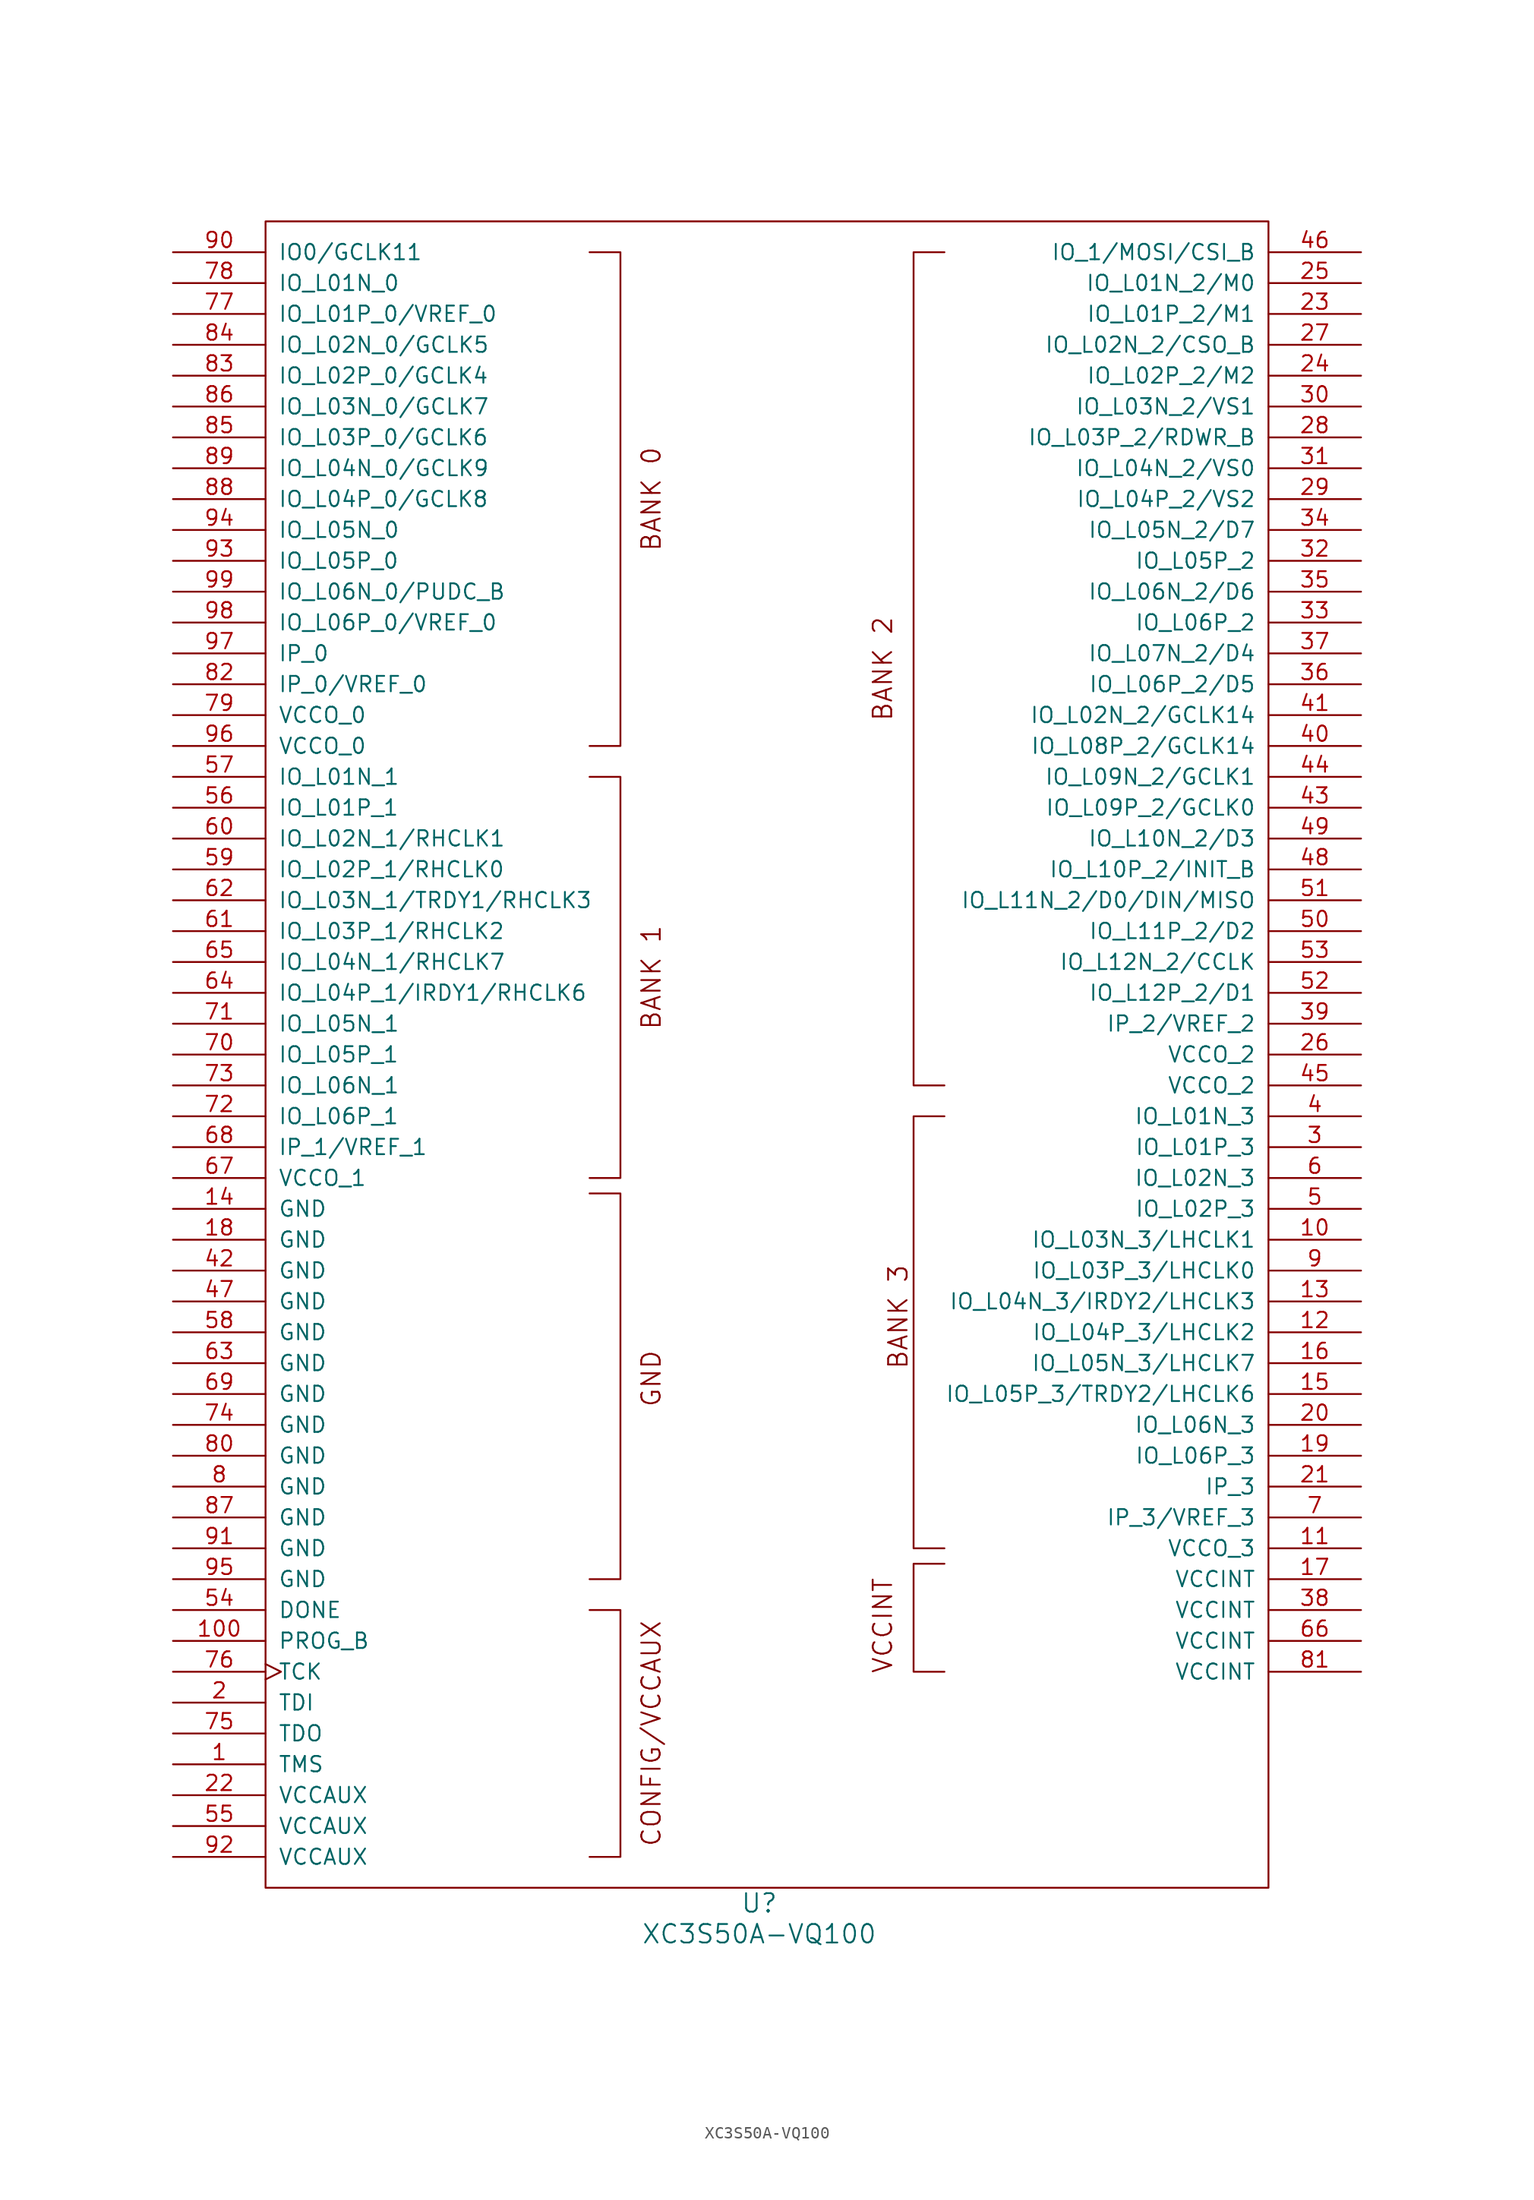
<source format=kicad_sym>
(kicad_symbol_lib
  (version 20211014)
  (generator kicad_symbol_editor)
  (symbol "XC3S50A-VQ100"
    (pin_names
      (offset 1.016))
    (property "Reference" "U"
      (at 0 -71.12 0)
      (effects (font (size 1.524 1.524))))
    (property "Value" "XC3S50A-VQ100"
      (at 0 -73.66 0)
      (effects (font (size 1.524 1.524))))
    (property "Footprint" ""
      (at 0 0 0)
      (effects (font (size 1.524 1.524))))
    (property "Datasheet" ""
      (at 0 0 0)
      (effects (font (size 1.524 1.524))))
    (symbol "XC3S50A-VQ100_0_0"
      (rectangle (start -40.64 67.31) (end 41.91 -69.85) (stroke (width 0) (type default) (color 0 0 0 0)) (fill (type none)))
      (polyline (pts (xy -13.97 -46.99) (xy -11.43 -46.99) (xy -11.43 -67.31) (xy -13.97 -67.31)) (stroke (width 0) (type default) (color 0 0 0 0)) (fill (type none)))
      (polyline (pts (xy -13.97 -12.7) (xy -11.43 -12.7) (xy -11.43 -44.45) (xy -13.97 -44.45)) (stroke (width 0) (type default) (color 0 0 0 0)) (fill (type none)))
      (polyline (pts (xy -13.97 21.59) (xy -11.43 21.59) (xy -11.43 -11.43) (xy -13.97 -11.43)) (stroke (width 0) (type default) (color 0 0 0 0)) (fill (type none)))
      (polyline (pts (xy 15.24 -43.18) (xy 12.7 -43.18) (xy 12.7 -52.07) (xy 15.24 -52.07)) (stroke (width 0) (type default) (color 0 0 0 0)) (fill (type none)))
      (polyline (pts (xy 15.24 -41.91) (xy 12.7 -41.91) (xy 12.7 -6.35) (xy 15.24 -6.35)) (stroke (width 0) (type default) (color 0 0 0 0)) (fill (type none)))
      (polyline (pts (xy 15.24 -3.81) (xy 12.7 -3.81) (xy 12.7 64.77) (xy 15.24 64.77)) (stroke (width 0) (type default) (color 0 0 0 0)) (fill (type none)))
      (text "BANK 0" (at -8.89 44.45 900) (effects (font (size 1.524 1.524))))
      (text "BANK 1" (at -8.89 5.08 900) (effects (font (size 1.524 1.524))))
      (text "BANK 2" (at 10.16 30.48 900) (effects (font (size 1.524 1.524))))
      (text "BANK 3" (at 11.43 -22.86 900) (effects (font (size 1.524 1.524))))
      (text "CONFIG/VCCAUX" (at -8.89 -57.15 900) (effects (font (size 1.524 1.524))))
      (text "GND" (at -8.89 -27.94 900) (effects (font (size 1.524 1.524))))
      (text "VCCINT" (at 10.16 -48.26 900) (effects (font (size 1.524 1.524)))))
    (symbol "XC3S50A-VQ100_0_1"
      (polyline (pts (xy -13.97 64.77) (xy -11.43 64.77) (xy -11.43 24.13) (xy -13.97 24.13)) (stroke (width 0) (type default) (color 0 0 0 0)) (fill (type none))))
    (symbol "XC3S50A-VQ100_1_1"
      (pin input line (at -48.26 -59.69 0) (length 7.62) (name "TMS" (effects (font (size 1.27 1.27)))) (number "1" (effects (font (size 1.27 1.27)))))
      (pin bidirectional line (at 49.53 -16.51 180) (length 7.62) (name "IO_L03N_3/LHCLK1" (effects (font (size 1.27 1.27)))) (number "10" (effects (font (size 1.27 1.27)))))
      (pin output line (at -48.26 -49.53 0) (length 7.62) (name "PROG_B" (effects (font (size 1.27 1.27)))) (number "100" (effects (font (size 1.27 1.27)))))
      (pin power_in line (at 49.53 -41.91 180) (length 7.62) (name "VCCO_3" (effects (font (size 1.27 1.27)))) (number "11" (effects (font (size 1.27 1.27)))))
      (pin bidirectional line (at 49.53 -24.13 180) (length 7.62) (name "IO_L04P_3/LHCLK2" (effects (font (size 1.27 1.27)))) (number "12" (effects (font (size 1.27 1.27)))))
      (pin bidirectional line (at 49.53 -21.59 180) (length 7.62) (name "IO_L04N_3/IRDY2/LHCLK3" (effects (font (size 1.27 1.27)))) (number "13" (effects (font (size 1.27 1.27)))))
      (pin power_in line (at -48.26 -13.97 0) (length 7.62) (name "GND" (effects (font (size 1.27 1.27)))) (number "14" (effects (font (size 1.27 1.27)))))
      (pin bidirectional line (at 49.53 -29.21 180) (length 7.62) (name "IO_L05P_3/TRDY2/LHCLK6" (effects (font (size 1.27 1.27)))) (number "15" (effects (font (size 1.27 1.27)))))
      (pin bidirectional line (at 49.53 -26.67 180) (length 7.62) (name "IO_L05N_3/LHCLK7" (effects (font (size 1.27 1.27)))) (number "16" (effects (font (size 1.27 1.27)))))
      (pin power_in line (at 49.53 -44.45 180) (length 7.62) (name "VCCINT" (effects (font (size 1.27 1.27)))) (number "17" (effects (font (size 1.27 1.27)))))
      (pin power_in line (at -48.26 -16.51 0) (length 7.62) (name "GND" (effects (font (size 1.27 1.27)))) (number "18" (effects (font (size 1.27 1.27)))))
      (pin bidirectional line (at 49.53 -34.29 180) (length 7.62) (name "IO_L06P_3" (effects (font (size 1.27 1.27)))) (number "19" (effects (font (size 1.27 1.27)))))
      (pin input line (at -48.26 -54.61 0) (length 7.62) (name "TDI" (effects (font (size 1.27 1.27)))) (number "2" (effects (font (size 1.27 1.27)))))
      (pin bidirectional line (at 49.53 -31.75 180) (length 7.62) (name "IO_L06N_3" (effects (font (size 1.27 1.27)))) (number "20" (effects (font (size 1.27 1.27)))))
      (pin input line (at 49.53 -36.83 180) (length 7.62) (name "IP_3" (effects (font (size 1.27 1.27)))) (number "21" (effects (font (size 1.27 1.27)))))
      (pin power_in line (at -48.26 -62.23 0) (length 7.62) (name "VCCAUX" (effects (font (size 1.27 1.27)))) (number "22" (effects (font (size 1.27 1.27)))))
      (pin bidirectional line (at 49.53 59.69 180) (length 7.62) (name "IO_L01P_2/M1" (effects (font (size 1.27 1.27)))) (number "23" (effects (font (size 1.27 1.27)))))
      (pin bidirectional line (at 49.53 54.61 180) (length 7.62) (name "IO_L02P_2/M2" (effects (font (size 1.27 1.27)))) (number "24" (effects (font (size 1.27 1.27)))))
      (pin bidirectional line (at 49.53 62.23 180) (length 7.62) (name "IO_L01N_2/M0" (effects (font (size 1.27 1.27)))) (number "25" (effects (font (size 1.27 1.27)))))
      (pin power_in line (at 49.53 -1.27 180) (length 7.62) (name "VCCO_2" (effects (font (size 1.27 1.27)))) (number "26" (effects (font (size 1.27 1.27)))))
      (pin bidirectional line (at 49.53 57.15 180) (length 7.62) (name "IO_L02N_2/CSO_B" (effects (font (size 1.27 1.27)))) (number "27" (effects (font (size 1.27 1.27)))))
      (pin bidirectional line (at 49.53 49.53 180) (length 7.62) (name "IO_L03P_2/RDWR_B" (effects (font (size 1.27 1.27)))) (number "28" (effects (font (size 1.27 1.27)))))
      (pin bidirectional line (at 49.53 44.45 180) (length 7.62) (name "IO_L04P_2/VS2" (effects (font (size 1.27 1.27)))) (number "29" (effects (font (size 1.27 1.27)))))
      (pin bidirectional line (at 49.53 -8.89 180) (length 7.62) (name "IO_L01P_3" (effects (font (size 1.27 1.27)))) (number "3" (effects (font (size 1.27 1.27)))))
      (pin bidirectional line (at 49.53 52.07 180) (length 7.62) (name "IO_L03N_2/VS1" (effects (font (size 1.27 1.27)))) (number "30" (effects (font (size 1.27 1.27)))))
      (pin bidirectional line (at 49.53 46.99 180) (length 7.62) (name "IO_L04N_2/VS0" (effects (font (size 1.27 1.27)))) (number "31" (effects (font (size 1.27 1.27)))))
      (pin bidirectional line (at 49.53 39.37 180) (length 7.62) (name "IO_L05P_2" (effects (font (size 1.27 1.27)))) (number "32" (effects (font (size 1.27 1.27)))))
      (pin bidirectional line (at 49.53 34.29 180) (length 7.62) (name "IO_L06P_2" (effects (font (size 1.27 1.27)))) (number "33" (effects (font (size 1.27 1.27)))))
      (pin bidirectional line (at 49.53 41.91 180) (length 7.62) (name "IO_L05N_2/D7" (effects (font (size 1.27 1.27)))) (number "34" (effects (font (size 1.27 1.27)))))
      (pin bidirectional line (at 49.53 36.83 180) (length 7.62) (name "IO_L06N_2/D6" (effects (font (size 1.27 1.27)))) (number "35" (effects (font (size 1.27 1.27)))))
      (pin bidirectional line (at 49.53 29.21 180) (length 7.62) (name "IO_L06P_2/D5" (effects (font (size 1.27 1.27)))) (number "36" (effects (font (size 1.27 1.27)))))
      (pin bidirectional line (at 49.53 31.75 180) (length 7.62) (name "IO_L07N_2/D4" (effects (font (size 1.27 1.27)))) (number "37" (effects (font (size 1.27 1.27)))))
      (pin power_in line (at 49.53 -46.99 180) (length 7.62) (name "VCCINT" (effects (font (size 1.27 1.27)))) (number "38" (effects (font (size 1.27 1.27)))))
      (pin input line (at 49.53 1.27 180) (length 7.62) (name "IP_2/VREF_2" (effects (font (size 1.27 1.27)))) (number "39" (effects (font (size 1.27 1.27)))))
      (pin bidirectional line (at 49.53 -6.35 180) (length 7.62) (name "IO_L01N_3" (effects (font (size 1.27 1.27)))) (number "4" (effects (font (size 1.27 1.27)))))
      (pin bidirectional line (at 49.53 24.13 180) (length 7.62) (name "IO_L08P_2/GCLK14" (effects (font (size 1.27 1.27)))) (number "40" (effects (font (size 1.27 1.27)))))
      (pin bidirectional line (at 49.53 26.67 180) (length 7.62) (name "IO_L02N_2/GCLK14" (effects (font (size 1.27 1.27)))) (number "41" (effects (font (size 1.27 1.27)))))
      (pin power_in line (at -48.26 -19.05 0) (length 7.62) (name "GND" (effects (font (size 1.27 1.27)))) (number "42" (effects (font (size 1.27 1.27)))))
      (pin bidirectional line (at 49.53 19.05 180) (length 7.62) (name "IO_L09P_2/GCLK0" (effects (font (size 1.27 1.27)))) (number "43" (effects (font (size 1.27 1.27)))))
      (pin bidirectional line (at 49.53 21.59 180) (length 7.62) (name "IO_L09N_2/GCLK1" (effects (font (size 1.27 1.27)))) (number "44" (effects (font (size 1.27 1.27)))))
      (pin power_in line (at 49.53 -3.81 180) (length 7.62) (name "VCCO_2" (effects (font (size 1.27 1.27)))) (number "45" (effects (font (size 1.27 1.27)))))
      (pin bidirectional line (at 49.53 64.77 180) (length 7.62) (name "IO_1/MOSI/CSI_B" (effects (font (size 1.27 1.27)))) (number "46" (effects (font (size 1.27 1.27)))))
      (pin power_in line (at -48.26 -21.59 0) (length 7.62) (name "GND" (effects (font (size 1.27 1.27)))) (number "47" (effects (font (size 1.27 1.27)))))
      (pin bidirectional line (at 49.53 13.97 180) (length 7.62) (name "IO_L10P_2/INIT_B" (effects (font (size 1.27 1.27)))) (number "48" (effects (font (size 1.27 1.27)))))
      (pin bidirectional line (at 49.53 16.51 180) (length 7.62) (name "IO_L10N_2/D3" (effects (font (size 1.27 1.27)))) (number "49" (effects (font (size 1.27 1.27)))))
      (pin bidirectional line (at 49.53 -13.97 180) (length 7.62) (name "IO_L02P_3" (effects (font (size 1.27 1.27)))) (number "5" (effects (font (size 1.27 1.27)))))
      (pin bidirectional line (at 49.53 8.89 180) (length 7.62) (name "IO_L11P_2/D2" (effects (font (size 1.27 1.27)))) (number "50" (effects (font (size 1.27 1.27)))))
      (pin bidirectional line (at 49.53 11.43 180) (length 7.62) (name "IO_L11N_2/D0/DIN/MISO" (effects (font (size 1.27 1.27)))) (number "51" (effects (font (size 1.27 1.27)))))
      (pin bidirectional line (at 49.53 3.81 180) (length 7.62) (name "IO_L12P_2/D1" (effects (font (size 1.27 1.27)))) (number "52" (effects (font (size 1.27 1.27)))))
      (pin bidirectional line (at 49.53 6.35 180) (length 7.62) (name "IO_L12N_2/CCLK" (effects (font (size 1.27 1.27)))) (number "53" (effects (font (size 1.27 1.27)))))
      (pin output line (at -48.26 -46.99 0) (length 7.62) (name "DONE" (effects (font (size 1.27 1.27)))) (number "54" (effects (font (size 1.27 1.27)))))
      (pin power_in line (at -48.26 -64.77 0) (length 7.62) (name "VCCAUX" (effects (font (size 1.27 1.27)))) (number "55" (effects (font (size 1.27 1.27)))))
      (pin bidirectional line (at -48.26 19.05 0) (length 7.62) (name "IO_L01P_1" (effects (font (size 1.27 1.27)))) (number "56" (effects (font (size 1.27 1.27)))))
      (pin bidirectional line (at -48.26 21.59 0) (length 7.62) (name "IO_L01N_1" (effects (font (size 1.27 1.27)))) (number "57" (effects (font (size 1.27 1.27)))))
      (pin power_in line (at -48.26 -24.13 0) (length 7.62) (name "GND" (effects (font (size 1.27 1.27)))) (number "58" (effects (font (size 1.27 1.27)))))
      (pin bidirectional line (at -48.26 13.97 0) (length 7.62) (name "IO_L02P_1/RHCLK0" (effects (font (size 1.27 1.27)))) (number "59" (effects (font (size 1.27 1.27)))))
      (pin bidirectional line (at 49.53 -11.43 180) (length 7.62) (name "IO_L02N_3" (effects (font (size 1.27 1.27)))) (number "6" (effects (font (size 1.27 1.27)))))
      (pin bidirectional line (at -48.26 16.51 0) (length 7.62) (name "IO_L02N_1/RHCLK1" (effects (font (size 1.27 1.27)))) (number "60" (effects (font (size 1.27 1.27)))))
      (pin bidirectional line (at -48.26 8.89 0) (length 7.62) (name "IO_L03P_1/RHCLK2" (effects (font (size 1.27 1.27)))) (number "61" (effects (font (size 1.27 1.27)))))
      (pin bidirectional line (at -48.26 11.43 0) (length 7.62) (name "IO_L03N_1/TRDY1/RHCLK3" (effects (font (size 1.27 1.27)))) (number "62" (effects (font (size 1.27 1.27)))))
      (pin power_in line (at -48.26 -26.67 0) (length 7.62) (name "GND" (effects (font (size 1.27 1.27)))) (number "63" (effects (font (size 1.27 1.27)))))
      (pin bidirectional line (at -48.26 3.81 0) (length 7.62) (name "IO_L04P_1/IRDY1/RHCLK6" (effects (font (size 1.27 1.27)))) (number "64" (effects (font (size 1.27 1.27)))))
      (pin bidirectional line (at -48.26 6.35 0) (length 7.62) (name "IO_L04N_1/RHCLK7" (effects (font (size 1.27 1.27)))) (number "65" (effects (font (size 1.27 1.27)))))
      (pin power_in line (at 49.53 -49.53 180) (length 7.62) (name "VCCINT" (effects (font (size 1.27 1.27)))) (number "66" (effects (font (size 1.27 1.27)))))
      (pin power_in line (at -48.26 -11.43 0) (length 7.62) (name "VCCO_1" (effects (font (size 1.27 1.27)))) (number "67" (effects (font (size 1.27 1.27)))))
      (pin input line (at -48.26 -8.89 0) (length 7.62) (name "IP_1/VREF_1" (effects (font (size 1.27 1.27)))) (number "68" (effects (font (size 1.27 1.27)))))
      (pin power_in line (at -48.26 -29.21 0) (length 7.62) (name "GND" (effects (font (size 1.27 1.27)))) (number "69" (effects (font (size 1.27 1.27)))))
      (pin input line (at 49.53 -39.37 180) (length 7.62) (name "IP_3/VREF_3" (effects (font (size 1.27 1.27)))) (number "7" (effects (font (size 1.27 1.27)))))
      (pin bidirectional line (at -48.26 -1.27 0) (length 7.62) (name "IO_L05P_1" (effects (font (size 1.27 1.27)))) (number "70" (effects (font (size 1.27 1.27)))))
      (pin bidirectional line (at -48.26 1.27 0) (length 7.62) (name "IO_L05N_1" (effects (font (size 1.27 1.27)))) (number "71" (effects (font (size 1.27 1.27)))))
      (pin bidirectional line (at -48.26 -6.35 0) (length 7.62) (name "IO_L06P_1" (effects (font (size 1.27 1.27)))) (number "72" (effects (font (size 1.27 1.27)))))
      (pin bidirectional line (at -48.26 -3.81 0) (length 7.62) (name "IO_L06N_1" (effects (font (size 1.27 1.27)))) (number "73" (effects (font (size 1.27 1.27)))))
      (pin power_in line (at -48.26 -31.75 0) (length 7.62) (name "GND" (effects (font (size 1.27 1.27)))) (number "74" (effects (font (size 1.27 1.27)))))
      (pin output line (at -48.26 -57.15 0) (length 7.62) (name "TDO" (effects (font (size 1.27 1.27)))) (number "75" (effects (font (size 1.27 1.27)))))
      (pin input clock (at -48.26 -52.07 0) (length 7.62) (name "TCK" (effects (font (size 1.27 1.27)))) (number "76" (effects (font (size 1.27 1.27)))))
      (pin bidirectional line (at -48.26 59.69 0) (length 7.62) (name "IO_L01P_0/VREF_0" (effects (font (size 1.27 1.27)))) (number "77" (effects (font (size 1.27 1.27)))))
      (pin bidirectional line (at -48.26 62.23 0) (length 7.62) (name "IO_L01N_0" (effects (font (size 1.27 1.27)))) (number "78" (effects (font (size 1.27 1.27)))))
      (pin power_in line (at -48.26 26.67 0) (length 7.62) (name "VCCO_0" (effects (font (size 1.27 1.27)))) (number "79" (effects (font (size 1.27 1.27)))))
      (pin power_in line (at -48.26 -36.83 0) (length 7.62) (name "GND" (effects (font (size 1.27 1.27)))) (number "8" (effects (font (size 1.27 1.27)))))
      (pin power_in line (at -48.26 -34.29 0) (length 7.62) (name "GND" (effects (font (size 1.27 1.27)))) (number "80" (effects (font (size 1.27 1.27)))))
      (pin power_in line (at 49.53 -52.07 180) (length 7.62) (name "VCCINT" (effects (font (size 1.27 1.27)))) (number "81" (effects (font (size 1.27 1.27)))))
      (pin input line (at -48.26 29.21 0) (length 7.62) (name "IP_0/VREF_0" (effects (font (size 1.27 1.27)))) (number "82" (effects (font (size 1.27 1.27)))))
      (pin bidirectional line (at -48.26 54.61 0) (length 7.62) (name "IO_L02P_0/GCLK4" (effects (font (size 1.27 1.27)))) (number "83" (effects (font (size 1.27 1.27)))))
      (pin bidirectional line (at -48.26 57.15 0) (length 7.62) (name "IO_L02N_0/GCLK5" (effects (font (size 1.27 1.27)))) (number "84" (effects (font (size 1.27 1.27)))))
      (pin bidirectional line (at -48.26 49.53 0) (length 7.62) (name "IO_L03P_0/GCLK6" (effects (font (size 1.27 1.27)))) (number "85" (effects (font (size 1.27 1.27)))))
      (pin bidirectional line (at -48.26 52.07 0) (length 7.62) (name "IO_L03N_0/GCLK7" (effects (font (size 1.27 1.27)))) (number "86" (effects (font (size 1.27 1.27)))))
      (pin power_in line (at -48.26 -39.37 0) (length 7.62) (name "GND" (effects (font (size 1.27 1.27)))) (number "87" (effects (font (size 1.27 1.27)))))
      (pin bidirectional line (at -48.26 44.45 0) (length 7.62) (name "IO_L04P_0/GCLK8" (effects (font (size 1.27 1.27)))) (number "88" (effects (font (size 1.27 1.27)))))
      (pin bidirectional line (at -48.26 46.99 0) (length 7.62) (name "IO_L04N_0/GCLK9" (effects (font (size 1.27 1.27)))) (number "89" (effects (font (size 1.27 1.27)))))
      (pin bidirectional line (at 49.53 -19.05 180) (length 7.62) (name "IO_L03P_3/LHCLK0" (effects (font (size 1.27 1.27)))) (number "9" (effects (font (size 1.27 1.27)))))
      (pin bidirectional line (at -48.26 64.77 0) (length 7.62) (name "IO0/GCLK11" (effects (font (size 1.27 1.27)))) (number "90" (effects (font (size 1.27 1.27)))))
      (pin power_in line (at -48.26 -41.91 0) (length 7.62) (name "GND" (effects (font (size 1.27 1.27)))) (number "91" (effects (font (size 1.27 1.27)))))
      (pin power_in line (at -48.26 -67.31 0) (length 7.62) (name "VCCAUX" (effects (font (size 1.27 1.27)))) (number "92" (effects (font (size 1.27 1.27)))))
      (pin bidirectional line (at -48.26 39.37 0) (length 7.62) (name "IO_L05P_0" (effects (font (size 1.27 1.27)))) (number "93" (effects (font (size 1.27 1.27)))))
      (pin bidirectional line (at -48.26 41.91 0) (length 7.62) (name "IO_L05N_0" (effects (font (size 1.27 1.27)))) (number "94" (effects (font (size 1.27 1.27)))))
      (pin power_in line (at -48.26 -44.45 0) (length 7.62) (name "GND" (effects (font (size 1.27 1.27)))) (number "95" (effects (font (size 1.27 1.27)))))
      (pin power_in line (at -48.26 24.13 0) (length 7.62) (name "VCCO_0" (effects (font (size 1.27 1.27)))) (number "96" (effects (font (size 1.27 1.27)))))
      (pin input line (at -48.26 31.75 0) (length 7.62) (name "IP_0" (effects (font (size 1.27 1.27)))) (number "97" (effects (font (size 1.27 1.27)))))
      (pin bidirectional line (at -48.26 34.29 0) (length 7.62) (name "IO_L06P_0/VREF_0" (effects (font (size 1.27 1.27)))) (number "98" (effects (font (size 1.27 1.27)))))
      (pin bidirectional line (at -48.26 36.83 0) (length 7.62) (name "IO_L06N_0/PUDC_B" (effects (font (size 1.27 1.27)))) (number "99" (effects (font (size 1.27 1.27))))))))
</source>
